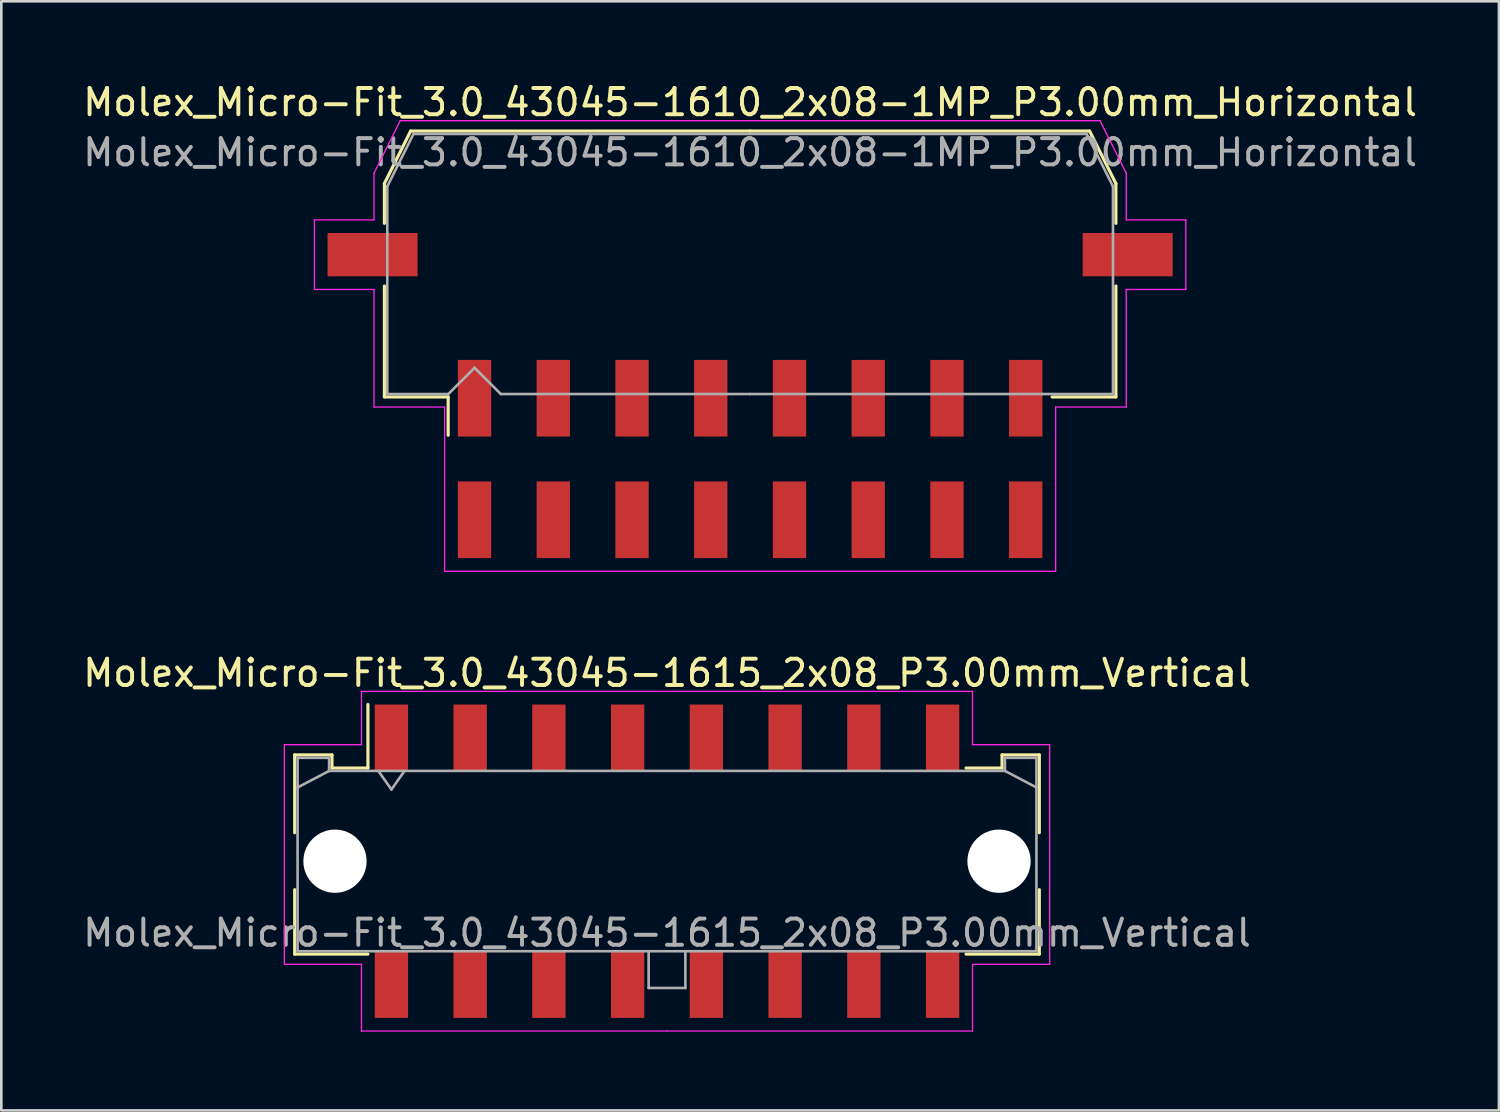
<source format=kicad_pcb>
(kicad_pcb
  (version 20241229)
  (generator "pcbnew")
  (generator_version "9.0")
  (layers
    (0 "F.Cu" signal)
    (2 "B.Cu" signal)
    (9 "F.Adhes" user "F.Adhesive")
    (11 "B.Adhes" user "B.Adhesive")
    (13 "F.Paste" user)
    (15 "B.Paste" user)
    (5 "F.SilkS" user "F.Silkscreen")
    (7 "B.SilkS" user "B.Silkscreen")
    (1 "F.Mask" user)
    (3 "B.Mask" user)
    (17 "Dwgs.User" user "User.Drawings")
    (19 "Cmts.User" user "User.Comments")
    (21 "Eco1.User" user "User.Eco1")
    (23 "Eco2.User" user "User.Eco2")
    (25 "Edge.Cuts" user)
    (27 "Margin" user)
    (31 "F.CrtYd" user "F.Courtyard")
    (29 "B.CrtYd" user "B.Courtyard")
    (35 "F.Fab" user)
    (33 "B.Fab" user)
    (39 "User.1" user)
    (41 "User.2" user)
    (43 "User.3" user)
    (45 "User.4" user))
  (footprint "Molex_Micro-Fit_3.0_43045-1615_2x08_P3.00mm_Vertical"
    (layer "F.Cu")
    (at 22.363 29.762)
    (property "Reference" "Molex_Micro-Fit_3.0_43045-1615_2x08_P3.00mm_Vertical" (at 0 -7.17 0) (layer "F.SilkS") (effects (font (size 1 1) (thickness 0.15))))
    (attr smd)
    (fp_line (start -14.185 -4.05) (end -12.765 -4.05) (stroke (width 0.12) (type solid)) (layer "F.SilkS"))
    (fp_line (start -14.185 -1.085) (end -14.185 -4.05) (stroke (width 0.12) (type solid)) (layer "F.SilkS"))
    (fp_line (start -14.185 1.085) (end -14.185 3.54) (stroke (width 0.12) (type solid)) (layer "F.SilkS"))
    (fp_line (start -14.185 3.54) (end -11.395 3.54) (stroke (width 0.12) (type solid)) (layer "F.SilkS"))
    (fp_line (start -12.765 -4.05) (end -12.765 -3.55) (stroke (width 0.12) (type solid)) (layer "F.SilkS"))
    (fp_line (start -12.765 -3.55) (end -11.395 -3.55) (stroke (width 0.12) (type solid)) (layer "F.SilkS"))
    (fp_line (start -11.395 -3.55) (end -11.395 -5.97) (stroke (width 0.12) (type solid)) (layer "F.SilkS"))
    (fp_line (start 12.765 -4.05) (end 12.765 -3.55) (stroke (width 0.12) (type solid)) (layer "F.SilkS"))
    (fp_line (start 12.765 -3.55) (end 11.395 -3.55) (stroke (width 0.12) (type solid)) (layer "F.SilkS"))
    (fp_line (start 14.185 -4.05) (end 12.765 -4.05) (stroke (width 0.12) (type solid)) (layer "F.SilkS"))
    (fp_line (start 14.185 -1.085) (end 14.185 -4.05) (stroke (width 0.12) (type solid)) (layer "F.SilkS"))
    (fp_line (start 14.185 1.085) (end 14.185 3.54) (stroke (width 0.12) (type solid)) (layer "F.SilkS"))
    (fp_line (start 14.185 3.54) (end 11.395 3.54) (stroke (width 0.12) (type solid)) (layer "F.SilkS"))
    (fp_line (start -14.58 -4.44) (end -14.58 3.93) (stroke (width 0.05) (type solid)) (layer "F.CrtYd"))
    (fp_line (start -14.58 3.93) (end -11.64 3.93) (stroke (width 0.05) (type solid)) (layer "F.CrtYd"))
    (fp_line (start -11.64 -6.47) (end -11.64 -4.44) (stroke (width 0.05) (type solid)) (layer "F.CrtYd"))
    (fp_line (start -11.64 -4.44) (end -14.58 -4.44) (stroke (width 0.05) (type solid)) (layer "F.CrtYd"))
    (fp_line (start -11.64 3.93) (end -11.64 6.47) (stroke (width 0.05) (type solid)) (layer "F.CrtYd"))
    (fp_line (start -11.64 6.47) (end 0 6.47) (stroke (width 0.05) (type solid)) (layer "F.CrtYd"))
    (fp_line (start 0 -6.47) (end -11.64 -6.47) (stroke (width 0.05) (type solid)) (layer "F.CrtYd"))
    (fp_line (start 0 -6.47) (end 11.64 -6.47) (stroke (width 0.05) (type solid)) (layer "F.CrtYd"))
    (fp_line (start 11.64 -6.47) (end 11.64 -4.44) (stroke (width 0.05) (type solid)) (layer "F.CrtYd"))
    (fp_line (start 11.64 -4.44) (end 14.58 -4.44) (stroke (width 0.05) (type solid)) (layer "F.CrtYd"))
    (fp_line (start 11.64 3.93) (end 11.64 6.47) (stroke (width 0.05) (type solid)) (layer "F.CrtYd"))
    (fp_line (start 11.64 6.47) (end 0 6.47) (stroke (width 0.05) (type solid)) (layer "F.CrtYd"))
    (fp_line (start 14.58 -4.44) (end 14.58 3.93) (stroke (width 0.05) (type solid)) (layer "F.CrtYd"))
    (fp_line (start 14.58 3.93) (end 11.64 3.93) (stroke (width 0.05) (type solid)) (layer "F.CrtYd"))
    (fp_line (start -14.075 -3.94) (end -14.075 3.43) (stroke (width 0.1) (type solid)) (layer "F.Fab"))
    (fp_line (start -14.075 -2.81) (end -12.875 -3.44) (stroke (width 0.1) (type solid)) (layer "F.Fab"))
    (fp_line (start -14.075 3.43) (end 14.075 3.43) (stroke (width 0.1) (type solid)) (layer "F.Fab"))
    (fp_line (start -12.875 -3.94) (end -14.075 -3.94) (stroke (width 0.1) (type solid)) (layer "F.Fab"))
    (fp_line (start -12.875 -3.44) (end -12.875 -3.94) (stroke (width 0.1) (type solid)) (layer "F.Fab"))
    (fp_line (start -11 -3.44) (end -10.5 -2.733) (stroke (width 0.1) (type solid)) (layer "F.Fab"))
    (fp_line (start -10.5 -2.733) (end -10 -3.44) (stroke (width 0.1) (type solid)) (layer "F.Fab"))
    (fp_line (start -0.7 3.43) (end -0.7 4.83) (stroke (width 0.1) (type solid)) (layer "F.Fab"))
    (fp_line (start -0.7 4.83) (end 0.7 4.83) (stroke (width 0.1) (type solid)) (layer "F.Fab"))
    (fp_line (start 0.7 4.83) (end 0.7 3.43) (stroke (width 0.1) (type solid)) (layer "F.Fab"))
    (fp_line (start 12.875 -3.94) (end 12.875 -3.44) (stroke (width 0.1) (type solid)) (layer "F.Fab"))
    (fp_line (start 12.875 -3.44) (end -12.875 -3.44) (stroke (width 0.1) (type solid)) (layer "F.Fab"))
    (fp_line (start 14.075 -3.94) (end 12.875 -3.94) (stroke (width 0.1) (type solid)) (layer "F.Fab"))
    (fp_line (start 14.075 -2.81) (end 12.875 -3.44) (stroke (width 0.1) (type solid)) (layer "F.Fab"))
    (fp_line (start 14.075 3.43) (end 14.075 -3.94) (stroke (width 0.1) (type solid)) (layer "F.Fab"))
    (fp_text user "${REFERENCE}" (at 0 2.73 0) (layer "F.Fab") (effects (font (size 1 1) (thickness 0.15))))
    (pad "" np_thru_hole circle (at -12.65 0) (size 2.41 2.41) (drill 2.41) (layers "*.Cu" "*.Mask"))
    (pad "" np_thru_hole circle (at 12.65 0) (size 2.41 2.41) (drill 2.41) (layers "*.Cu" "*.Mask"))
    (pad "1" smd rect (at -10.5 -4.7) (size 1.27 2.54) (layers "F.Cu" "F.Mask" "F.Paste"))
    (pad "2" smd rect (at -7.5 -4.7) (size 1.27 2.54) (layers "F.Cu" "F.Mask" "F.Paste"))
    (pad "3" smd rect (at -4.5 -4.7) (size 1.27 2.54) (layers "F.Cu" "F.Mask" "F.Paste"))
    (pad "4" smd rect (at -1.5 -4.7) (size 1.27 2.54) (layers "F.Cu" "F.Mask" "F.Paste"))
    (pad "5" smd rect (at 1.5 -4.7) (size 1.27 2.54) (layers "F.Cu" "F.Mask" "F.Paste"))
    (pad "6" smd rect (at 4.5 -4.7) (size 1.27 2.54) (layers "F.Cu" "F.Mask" "F.Paste"))
    (pad "7" smd rect (at 7.5 -4.7) (size 1.27 2.54) (layers "F.Cu" "F.Mask" "F.Paste"))
    (pad "8" smd rect (at 10.5 -4.7) (size 1.27 2.54) (layers "F.Cu" "F.Mask" "F.Paste"))
    (pad "9" smd rect (at -10.5 4.7) (size 1.27 2.54) (layers "F.Cu" "F.Mask" "F.Paste"))
    (pad "10" smd rect (at -7.5 4.7) (size 1.27 2.54) (layers "F.Cu" "F.Mask" "F.Paste"))
    (pad "11" smd rect (at -4.5 4.7) (size 1.27 2.54) (layers "F.Cu" "F.Mask" "F.Paste"))
    (pad "12" smd rect (at -1.5 4.7) (size 1.27 2.54) (layers "F.Cu" "F.Mask" "F.Paste"))
    (pad "13" smd rect (at 1.5 4.7) (size 1.27 2.54) (layers "F.Cu" "F.Mask" "F.Paste"))
    (pad "14" smd rect (at 4.5 4.7) (size 1.27 2.54) (layers "F.Cu" "F.Mask" "F.Paste"))
    (pad "15" smd rect (at 7.5 4.7) (size 1.27 2.54) (layers "F.Cu" "F.Mask" "F.Paste"))
    (pad "16" smd rect (at 10.5 4.7) (size 1.27 2.54) (layers "F.Cu" "F.Mask" "F.Paste")))
  (footprint "Molex_Micro-Fit_3.0_43045-1610_2x08-1MP_P3.00mm_Horizontal"
    (layer "F.Cu")
    (at 25.53 14.438)
    (property "Reference" "Molex_Micro-Fit_3.0_43045-1610_2x08-1MP_P3.00mm_Horizontal" (at 0 -13.59 0) (layer "F.SilkS") (effects (font (size 1 1) (thickness 0.15))))
    (attr smd)
    (fp_line (start -13.935 -10.495) (end -13.935 -8.98) (stroke (width 0.12) (type solid)) (layer "F.SilkS"))
    (fp_line (start -13.935 -6.59) (end -13.935 -2.365) (stroke (width 0.12) (type solid)) (layer "F.SilkS"))
    (fp_line (start -13.935 -2.365) (end -11.505 -2.365) (stroke (width 0.12) (type solid)) (layer "F.SilkS"))
    (fp_line (start -12.935 -12.495) (end -13.935 -10.495) (stroke (width 0.12) (type solid)) (layer "F.SilkS"))
    (fp_line (start -11.505 -2.365) (end -11.505 -0.905) (stroke (width 0.12) (type solid)) (layer "F.SilkS"))
    (fp_line (start 0 -12.495) (end -12.935 -12.495) (stroke (width 0.12) (type solid)) (layer "F.SilkS"))
    (fp_line (start 0 -12.495) (end 12.935 -12.495) (stroke (width 0.12) (type solid)) (layer "F.SilkS"))
    (fp_line (start 12.935 -12.495) (end 13.935 -10.495) (stroke (width 0.12) (type solid)) (layer "F.SilkS"))
    (fp_line (start 13.935 -10.495) (end 13.935 -8.98) (stroke (width 0.12) (type solid)) (layer "F.SilkS"))
    (fp_line (start 13.935 -6.59) (end 13.935 -2.365) (stroke (width 0.12) (type solid)) (layer "F.SilkS"))
    (fp_line (start 13.935 -2.365) (end 11.505 -2.365) (stroke (width 0.12) (type solid)) (layer "F.SilkS"))
    (fp_line (start -16.6 -9.11) (end -16.6 -6.46) (stroke (width 0.05) (type solid)) (layer "F.CrtYd"))
    (fp_line (start -16.6 -6.46) (end -14.33 -6.46) (stroke (width 0.05) (type solid)) (layer "F.CrtYd"))
    (fp_line (start -14.33 -10.89) (end -14.33 -9.11) (stroke (width 0.05) (type solid)) (layer "F.CrtYd"))
    (fp_line (start -14.33 -9.11) (end -16.6 -9.11) (stroke (width 0.05) (type solid)) (layer "F.CrtYd"))
    (fp_line (start -14.33 -6.46) (end -14.33 -1.98) (stroke (width 0.05) (type solid)) (layer "F.CrtYd"))
    (fp_line (start -14.33 -1.98) (end -11.64 -1.98) (stroke (width 0.05) (type solid)) (layer "F.CrtYd"))
    (fp_line (start -13.33 -12.89) (end -14.33 -10.89) (stroke (width 0.05) (type solid)) (layer "F.CrtYd"))
    (fp_line (start -11.64 -1.98) (end -11.64 4.28) (stroke (width 0.05) (type solid)) (layer "F.CrtYd"))
    (fp_line (start -11.64 4.28) (end 0 4.28) (stroke (width 0.05) (type solid)) (layer "F.CrtYd"))
    (fp_line (start 0 -12.89) (end -13.33 -12.89) (stroke (width 0.05) (type solid)) (layer "F.CrtYd"))
    (fp_line (start 0 -12.89) (end 13.33 -12.89) (stroke (width 0.05) (type solid)) (layer "F.CrtYd"))
    (fp_line (start 11.64 -1.98) (end 11.64 4.28) (stroke (width 0.05) (type solid)) (layer "F.CrtYd"))
    (fp_line (start 11.64 4.28) (end 0 4.28) (stroke (width 0.05) (type solid)) (layer "F.CrtYd"))
    (fp_line (start 13.33 -12.89) (end 14.33 -10.89) (stroke (width 0.05) (type solid)) (layer "F.CrtYd"))
    (fp_line (start 14.33 -10.89) (end 14.33 -9.11) (stroke (width 0.05) (type solid)) (layer "F.CrtYd"))
    (fp_line (start 14.33 -9.11) (end 16.6 -9.11) (stroke (width 0.05) (type solid)) (layer "F.CrtYd"))
    (fp_line (start 14.33 -6.46) (end 14.33 -1.98) (stroke (width 0.05) (type solid)) (layer "F.CrtYd"))
    (fp_line (start 14.33 -1.98) (end 11.64 -1.98) (stroke (width 0.05) (type solid)) (layer "F.CrtYd"))
    (fp_line (start 16.6 -9.11) (end 16.6 -6.46) (stroke (width 0.05) (type solid)) (layer "F.CrtYd"))
    (fp_line (start 16.6 -6.46) (end 14.33 -6.46) (stroke (width 0.05) (type solid)) (layer "F.CrtYd"))
    (fp_line (start -13.825 -10.385) (end -13.825 -8.61) (stroke (width 0.1) (type solid)) (layer "F.Fab"))
    (fp_line (start -13.825 -8.61) (end -13.825 -2.475) (stroke (width 0.1) (type solid)) (layer "F.Fab"))
    (fp_line (start -13.825 -2.475) (end -11.5 -2.475) (stroke (width 0.1) (type solid)) (layer "F.Fab"))
    (fp_line (start -12.825 -12.385) (end -13.825 -10.385) (stroke (width 0.1) (type solid)) (layer "F.Fab"))
    (fp_line (start -11.5 -2.475) (end -10.5 -3.475) (stroke (width 0.1) (type solid)) (layer "F.Fab"))
    (fp_line (start -10.5 -3.475) (end -9.5 -2.475) (stroke (width 0.1) (type solid)) (layer "F.Fab"))
    (fp_line (start -9.5 -2.475) (end 0 -2.475) (stroke (width 0.1) (type solid)) (layer "F.Fab"))
    (fp_line (start 0 -12.385) (end -12.825 -12.385) (stroke (width 0.1) (type solid)) (layer "F.Fab"))
    (fp_line (start 0 -12.385) (end 12.825 -12.385) (stroke (width 0.1) (type solid)) (layer "F.Fab"))
    (fp_line (start 11.135 -2.475) (end 0 -2.475) (stroke (width 0.1) (type solid)) (layer "F.Fab"))
    (fp_line (start 12.825 -12.385) (end 13.825 -10.385) (stroke (width 0.1) (type solid)) (layer "F.Fab"))
    (fp_line (start 13.825 -10.385) (end 13.825 -8.61) (stroke (width 0.1) (type solid)) (layer "F.Fab"))
    (fp_line (start 13.825 -8.61) (end 13.825 -2.475) (stroke (width 0.1) (type solid)) (layer "F.Fab"))
    (fp_line (start 13.825 -2.475) (end 11.135 -2.475) (stroke (width 0.1) (type solid)) (layer "F.Fab"))
    (fp_text user "${REFERENCE}" (at 0 -11.68 0) (layer "F.Fab") (effects (font (size 1 1) (thickness 0.15))))
    (pad "1" smd rect (at -10.5 -2.315) (size 1.27 2.92) (layers "F.Cu" "F.Mask" "F.Paste"))
    (pad "2" smd rect (at -7.5 -2.315) (size 1.27 2.92) (layers "F.Cu" "F.Mask" "F.Paste"))
    (pad "3" smd rect (at -4.5 -2.315) (size 1.27 2.92) (layers "F.Cu" "F.Mask" "F.Paste"))
    (pad "4" smd rect (at -1.5 -2.315) (size 1.27 2.92) (layers "F.Cu" "F.Mask" "F.Paste"))
    (pad "5" smd rect (at 1.5 -2.315) (size 1.27 2.92) (layers "F.Cu" "F.Mask" "F.Paste"))
    (pad "6" smd rect (at 4.5 -2.315) (size 1.27 2.92) (layers "F.Cu" "F.Mask" "F.Paste"))
    (pad "7" smd rect (at 7.5 -2.315) (size 1.27 2.92) (layers "F.Cu" "F.Mask" "F.Paste"))
    (pad "8" smd rect (at 10.5 -2.315) (size 1.27 2.92) (layers "F.Cu" "F.Mask" "F.Paste"))
    (pad "9" smd rect (at -10.5 2.315) (size 1.27 2.92) (layers "F.Cu" "F.Mask" "F.Paste"))
    (pad "10" smd rect (at -7.5 2.315) (size 1.27 2.92) (layers "F.Cu" "F.Mask" "F.Paste"))
    (pad "11" smd rect (at -4.5 2.315) (size 1.27 2.92) (layers "F.Cu" "F.Mask" "F.Paste"))
    (pad "12" smd rect (at -1.5 2.315) (size 1.27 2.92) (layers "F.Cu" "F.Mask" "F.Paste"))
    (pad "13" smd rect (at 1.5 2.315) (size 1.27 2.92) (layers "F.Cu" "F.Mask" "F.Paste"))
    (pad "14" smd rect (at 4.5 2.315) (size 1.27 2.92) (layers "F.Cu" "F.Mask" "F.Paste"))
    (pad "15" smd rect (at 7.5 2.315) (size 1.27 2.92) (layers "F.Cu" "F.Mask" "F.Paste"))
    (pad "16" smd rect (at 10.5 2.315) (size 1.27 2.92) (layers "F.Cu" "F.Mask" "F.Paste"))
    (pad "MP" smd rect (at -14.385 -7.785) (size 3.43 1.65) (layers "F.Cu" "F.Mask" "F.Paste"))
    (pad "MP" smd rect (at 14.385 -7.785) (size 3.43 1.65) (layers "F.Cu" "F.Mask" "F.Paste")))
  (gr_rect
    (start -3 -3)
    (end 54.06 39.257)
    (stroke (width 0.1) (type default))
    (fill no)
    (layer "Edge.Cuts")))
</source>
